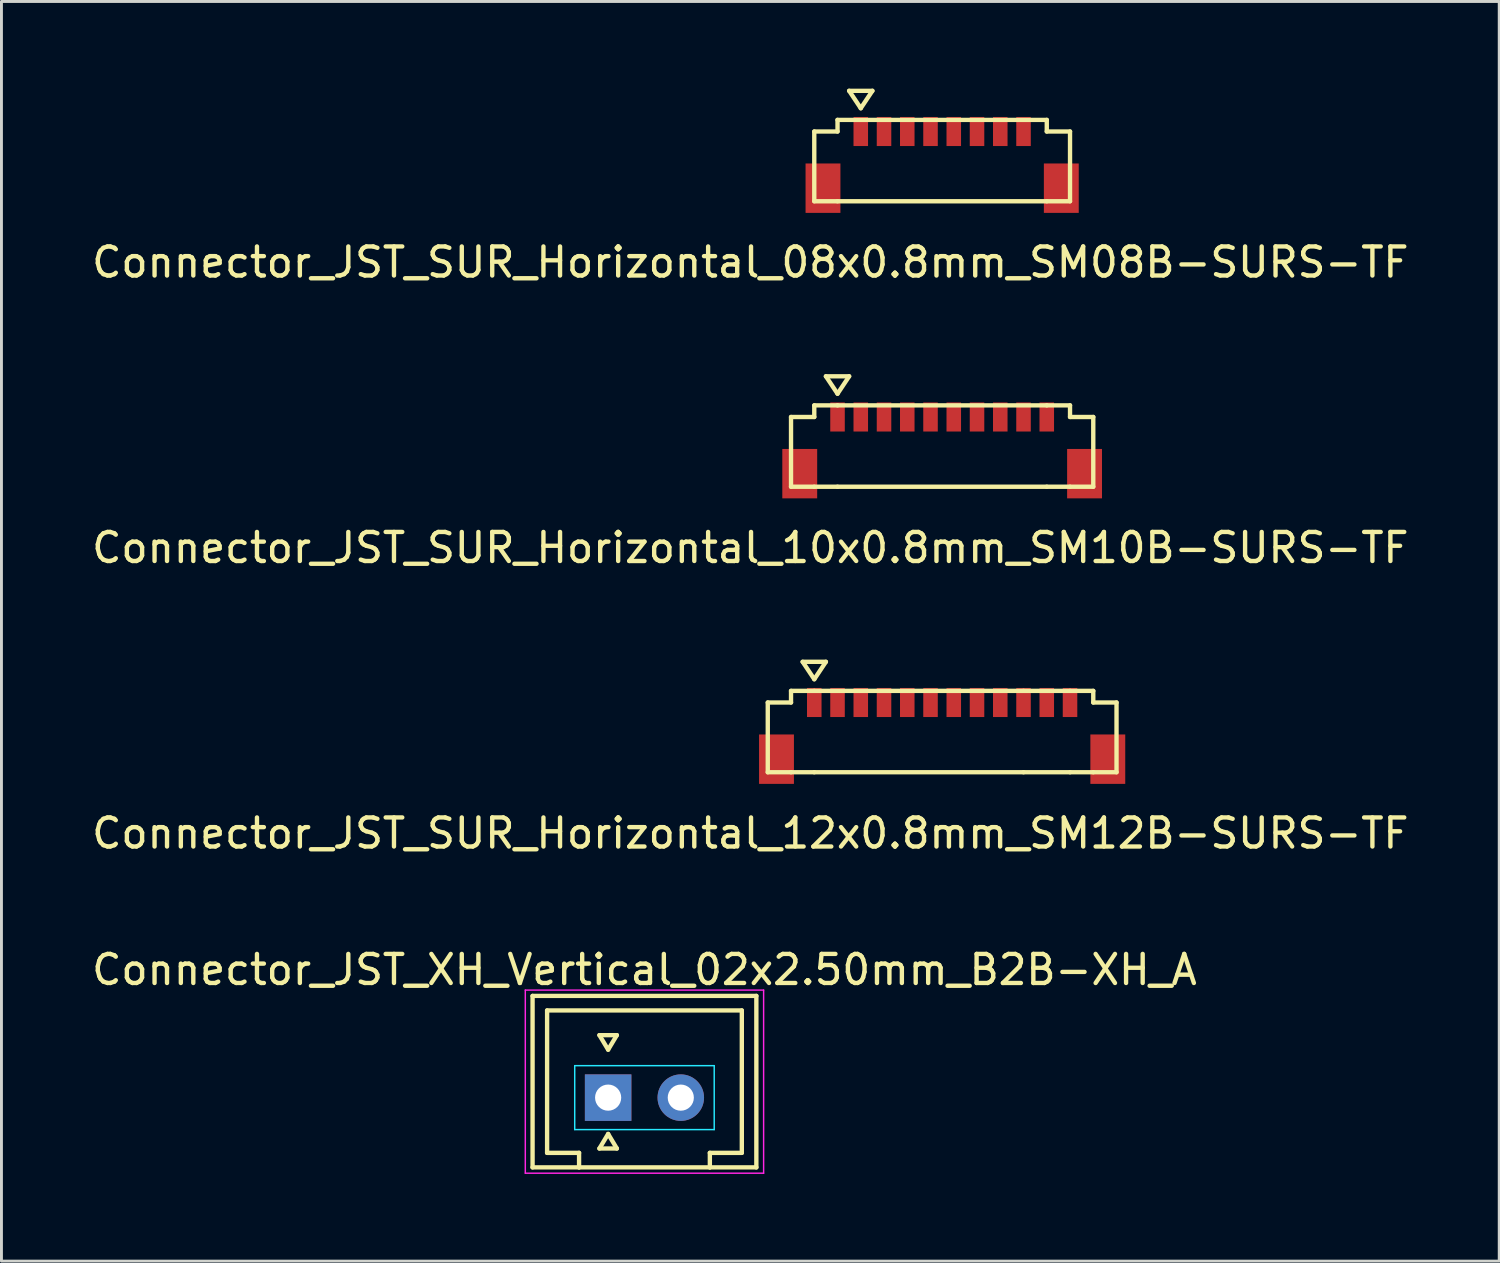
<source format=kicad_pcb>
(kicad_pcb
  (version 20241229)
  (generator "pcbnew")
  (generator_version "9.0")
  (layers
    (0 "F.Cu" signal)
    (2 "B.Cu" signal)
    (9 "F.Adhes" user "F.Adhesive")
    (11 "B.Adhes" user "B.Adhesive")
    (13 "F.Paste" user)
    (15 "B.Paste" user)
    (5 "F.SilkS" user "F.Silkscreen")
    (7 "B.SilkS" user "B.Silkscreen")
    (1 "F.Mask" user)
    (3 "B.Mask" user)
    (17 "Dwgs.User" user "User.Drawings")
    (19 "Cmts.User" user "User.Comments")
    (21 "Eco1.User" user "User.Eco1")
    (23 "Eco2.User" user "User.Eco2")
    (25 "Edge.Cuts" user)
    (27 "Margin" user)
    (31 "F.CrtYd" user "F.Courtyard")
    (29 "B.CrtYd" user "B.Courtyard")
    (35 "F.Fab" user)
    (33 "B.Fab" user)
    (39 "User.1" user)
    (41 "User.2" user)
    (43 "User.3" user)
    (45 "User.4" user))
  (footprint "Connector_JST_SUR_Horizontal_10x0.8mm_SM10B-SURS-TF"
    (layer "F.Cu")
    (at 29.368 11.298)
    (property "Reference" "Connector_JST_SUR_Horizontal_10x0.8mm_SM10B-SURS-TF" (at -6.6 4.5 0) (layer "F.SilkS") (effects (font (size 1 1) (thickness 0.15))))
    (attr smd)
    (fp_line (start -5.2 0) (end -4.4 0) (stroke (width 0.15) (type solid)) (layer "F.SilkS"))
    (fp_line (start -5.2 2.4) (end -5.2 0) (stroke (width 0.15) (type solid)) (layer "F.SilkS"))
    (fp_line (start -4.4 -0.4) (end -3.6 -0.4) (stroke (width 0.15) (type solid)) (layer "F.SilkS"))
    (fp_line (start -4.4 0) (end -4.4 -0.4) (stroke (width 0.15) (type solid)) (layer "F.SilkS"))
    (fp_line (start -4.4 2.4) (end -5.2 2.4) (stroke (width 0.15) (type solid)) (layer "F.SilkS"))
    (fp_line (start -4 -1.4) (end -3.6 -0.8) (stroke (width 0.15) (type solid)) (layer "F.SilkS"))
    (fp_line (start -3.6 -0.8) (end -3.2 -1.4) (stroke (width 0.15) (type solid)) (layer "F.SilkS"))
    (fp_line (start -3.6 2.4) (end -4.4 2.4) (stroke (width 0.15) (type solid)) (layer "F.SilkS"))
    (fp_line (start -3.6 2.4) (end 3.6 2.4) (stroke (width 0.15) (type solid)) (layer "F.SilkS"))
    (fp_line (start -3.2 -1.4) (end -4 -1.4) (stroke (width 0.15) (type solid)) (layer "F.SilkS"))
    (fp_line (start 3.6 -0.4) (end -3.6 -0.4) (stroke (width 0.15) (type solid)) (layer "F.SilkS"))
    (fp_line (start 3.6 -0.4) (end 4.4 -0.4) (stroke (width 0.15) (type solid)) (layer "F.SilkS"))
    (fp_line (start 4.4 -0.4) (end 4.4 0) (stroke (width 0.15) (type solid)) (layer "F.SilkS"))
    (fp_line (start 4.4 0) (end 5.2 0) (stroke (width 0.15) (type solid)) (layer "F.SilkS"))
    (fp_line (start 4.4 2.4) (end 3.6 2.4) (stroke (width 0.15) (type solid)) (layer "F.SilkS"))
    (fp_line (start 5.2 0) (end 5.2 2.4) (stroke (width 0.15) (type solid)) (layer "F.SilkS"))
    (fp_line (start 5.2 2.4) (end 4.4 2.4) (stroke (width 0.15) (type solid)) (layer "F.SilkS"))
    (pad "" smd rect (at -4.9 1.95) (size 1.2 1.7) (layers "F.Cu" "F.Mask" "F.Paste"))
    (pad "" smd rect (at 4.9 1.95) (size 1.2 1.7) (layers "F.Cu" "F.Mask" "F.Paste"))
    (pad "1" smd rect (at -3.6 0) (size 0.5 1) (layers "F.Cu" "F.Mask" "F.Paste"))
    (pad "2" smd rect (at -2.8 0) (size 0.5 1) (layers "F.Cu" "F.Mask" "F.Paste"))
    (pad "3" smd rect (at -2 0) (size 0.5 1) (layers "F.Cu" "F.Mask" "F.Paste"))
    (pad "4" smd rect (at -1.2 0) (size 0.5 1) (layers "F.Cu" "F.Mask" "F.Paste"))
    (pad "5" smd rect (at -0.4 0) (size 0.5 1) (layers "F.Cu" "F.Mask" "F.Paste"))
    (pad "6" smd rect (at 0.4 0) (size 0.5 1) (layers "F.Cu" "F.Mask" "F.Paste"))
    (pad "7" smd rect (at 1.2 0) (size 0.5 1) (layers "F.Cu" "F.Mask" "F.Paste"))
    (pad "8" smd rect (at 2 0) (size 0.5 1) (layers "F.Cu" "F.Mask" "F.Paste"))
    (pad "9" smd rect (at 2.8 0) (size 0.5 1) (layers "F.Cu" "F.Mask" "F.Paste"))
    (pad "10" smd rect (at 3.6 0) (size 0.5 1) (layers "F.Cu" "F.Mask" "F.Paste")))
  (footprint "Connector_JST_SUR_Horizontal_12x0.8mm_SM12B-SURS-TF"
    (layer "F.Cu")
    (at 29.368 21.122)
    (property "Reference" "Connector_JST_SUR_Horizontal_12x0.8mm_SM12B-SURS-TF" (at -6.6 4.5 0) (layer "F.SilkS") (effects (font (size 1 1) (thickness 0.15))))
    (attr smd)
    (fp_line (start -6 0) (end -5.2 0) (stroke (width 0.15) (type solid)) (layer "F.SilkS"))
    (fp_line (start -6 2.4) (end -6 0) (stroke (width 0.15) (type solid)) (layer "F.SilkS"))
    (fp_line (start -5.2 -0.4) (end -4.4 -0.4) (stroke (width 0.15) (type solid)) (layer "F.SilkS"))
    (fp_line (start -5.2 0) (end -5.2 -0.4) (stroke (width 0.15) (type solid)) (layer "F.SilkS"))
    (fp_line (start -5.2 2.4) (end -6 2.4) (stroke (width 0.15) (type solid)) (layer "F.SilkS"))
    (fp_line (start -4.8 -1.4) (end -4.4 -0.8) (stroke (width 0.15) (type solid)) (layer "F.SilkS"))
    (fp_line (start -4.4 -0.8) (end -4 -1.4) (stroke (width 0.15) (type solid)) (layer "F.SilkS"))
    (fp_line (start -4.4 2.4) (end -5.2 2.4) (stroke (width 0.15) (type solid)) (layer "F.SilkS"))
    (fp_line (start -4.4 2.4) (end 2.8 2.4) (stroke (width 0.15) (type solid)) (layer "F.SilkS"))
    (fp_line (start -4 -1.4) (end -4.8 -1.4) (stroke (width 0.15) (type solid)) (layer "F.SilkS"))
    (fp_line (start 2.8 -0.4) (end -4.4 -0.4) (stroke (width 0.15) (type solid)) (layer "F.SilkS"))
    (fp_line (start 2.8 2.4) (end 4.4 2.4) (stroke (width 0.15) (type solid)) (layer "F.SilkS"))
    (fp_line (start 4.4 -0.4) (end 2.8 -0.4) (stroke (width 0.15) (type solid)) (layer "F.SilkS"))
    (fp_line (start 4.4 -0.4) (end 5.2 -0.4) (stroke (width 0.15) (type solid)) (layer "F.SilkS"))
    (fp_line (start 5.2 -0.4) (end 5.2 0) (stroke (width 0.15) (type solid)) (layer "F.SilkS"))
    (fp_line (start 5.2 0) (end 6 0) (stroke (width 0.15) (type solid)) (layer "F.SilkS"))
    (fp_line (start 5.2 2.4) (end 4.4 2.4) (stroke (width 0.15) (type solid)) (layer "F.SilkS"))
    (fp_line (start 6 0) (end 6 2.4) (stroke (width 0.15) (type solid)) (layer "F.SilkS"))
    (fp_line (start 6 2.4) (end 5.2 2.4) (stroke (width 0.15) (type solid)) (layer "F.SilkS"))
    (pad "" smd rect (at -5.7 1.95) (size 1.2 1.7) (layers "F.Cu" "F.Mask" "F.Paste"))
    (pad "" smd rect (at 5.7 1.95) (size 1.2 1.7) (layers "F.Cu" "F.Mask" "F.Paste"))
    (pad "1" smd rect (at -4.4 0) (size 0.5 1) (layers "F.Cu" "F.Mask" "F.Paste"))
    (pad "2" smd rect (at -3.6 0) (size 0.5 1) (layers "F.Cu" "F.Mask" "F.Paste"))
    (pad "3" smd rect (at -2.8 0) (size 0.5 1) (layers "F.Cu" "F.Mask" "F.Paste"))
    (pad "4" smd rect (at -2 0) (size 0.5 1) (layers "F.Cu" "F.Mask" "F.Paste"))
    (pad "5" smd rect (at -1.2 0) (size 0.5 1) (layers "F.Cu" "F.Mask" "F.Paste"))
    (pad "6" smd rect (at -0.4 0) (size 0.5 1) (layers "F.Cu" "F.Mask" "F.Paste"))
    (pad "7" smd rect (at 0.4 0) (size 0.5 1) (layers "F.Cu" "F.Mask" "F.Paste"))
    (pad "8" smd rect (at 1.2 0) (size 0.5 1) (layers "F.Cu" "F.Mask" "F.Paste"))
    (pad "9" smd rect (at 2 0) (size 0.5 1) (layers "F.Cu" "F.Mask" "F.Paste"))
    (pad "10" smd rect (at 2.8 0) (size 0.5 1) (layers "F.Cu" "F.Mask" "F.Paste"))
    (pad "11" smd rect (at 3.6 0) (size 0.5 1) (layers "F.Cu" "F.Mask" "F.Paste"))
    (pad "12" smd rect (at 4.4 0) (size 0.5 1) (layers "F.Cu" "F.Mask" "F.Paste")))
  (footprint "Connector_JST_XH_Vertical_02x2.50mm_B2B-XH_A"
    (layer "F.Cu")
    (at 17.875 34.718)
    (property "Reference" "Connector_JST_XH_Vertical_02x2.50mm_B2B-XH_A" (at 1.25 -4.4 0) (layer "F.SilkS") (effects (font (size 1 1) (thickness 0.15))))
    (attr through_hole)
    (fp_line (start -2.6 -3.5) (end -2.6 2.4) (stroke (width 0.15) (type solid)) (layer "F.SilkS"))
    (fp_line (start -2.6 -3.5) (end 5.1 -3.5) (stroke (width 0.15) (type solid)) (layer "F.SilkS"))
    (fp_line (start -2.1 1.9) (end -2.1 -3) (stroke (width 0.15) (type solid)) (layer "F.SilkS"))
    (fp_line (start -1 1.9) (end -2.1 1.9) (stroke (width 0.15) (type solid)) (layer "F.SilkS"))
    (fp_line (start -1 2.4) (end -2.6 2.4) (stroke (width 0.15) (type solid)) (layer "F.SilkS"))
    (fp_line (start -1 2.4) (end -1 1.9) (stroke (width 0.15) (type solid)) (layer "F.SilkS"))
    (fp_line (start -1 2.4) (end 3.5 2.4) (stroke (width 0.15) (type solid)) (layer "F.SilkS"))
    (fp_line (start -0.3 -2.15) (end 0.3 -2.15) (stroke (width 0.15) (type solid)) (layer "F.SilkS"))
    (fp_line (start -0.3 1.75) (end 0 1.25) (stroke (width 0.15) (type solid)) (layer "F.SilkS"))
    (fp_line (start 0 -1.65) (end -0.3 -2.15) (stroke (width 0.15) (type solid)) (layer "F.SilkS"))
    (fp_line (start 0 1.25) (end 0.3 1.75) (stroke (width 0.15) (type solid)) (layer "F.SilkS"))
    (fp_line (start 0.3 -2.15) (end 0 -1.65) (stroke (width 0.15) (type solid)) (layer "F.SilkS"))
    (fp_line (start 0.3 1.75) (end -0.3 1.75) (stroke (width 0.15) (type solid)) (layer "F.SilkS"))
    (fp_line (start 3.5 1.9) (end 3.5 2.4) (stroke (width 0.15) (type solid)) (layer "F.SilkS"))
    (fp_line (start 3.5 2.4) (end 5.1 2.4) (stroke (width 0.15) (type solid)) (layer "F.SilkS"))
    (fp_line (start 4.6 -3) (end -2.1 -3) (stroke (width 0.15) (type solid)) (layer "F.SilkS"))
    (fp_line (start 4.6 -3) (end 4.6 1.9) (stroke (width 0.15) (type solid)) (layer "F.SilkS"))
    (fp_line (start 4.6 1.9) (end 3.5 1.9) (stroke (width 0.15) (type solid)) (layer "F.SilkS"))
    (fp_line (start 5.1 -3.5) (end 5.1 2.4) (stroke (width 0.15) (type solid)) (layer "F.SilkS"))
    (fp_line (start -1.15 -1.1) (end 3.65 -1.1) (stroke (width 0.05) (type solid)) (layer "B.CrtYd"))
    (fp_line (start -1.15 1.1) (end -1.15 -1.1) (stroke (width 0.05) (type solid)) (layer "B.CrtYd"))
    (fp_line (start 3.65 -1.1) (end 3.65 1.1) (stroke (width 0.05) (type solid)) (layer "B.CrtYd"))
    (fp_line (start 3.65 1.1) (end -1.15 1.1) (stroke (width 0.05) (type solid)) (layer "B.CrtYd"))
    (fp_line (start -2.85 -3.7) (end 5.35 -3.7) (stroke (width 0.05) (type solid)) (layer "F.CrtYd"))
    (fp_line (start -2.85 2.6) (end -2.85 -3.7) (stroke (width 0.05) (type solid)) (layer "F.CrtYd"))
    (fp_line (start 5.35 -3.7) (end 5.35 2.6) (stroke (width 0.05) (type solid)) (layer "F.CrtYd"))
    (fp_line (start 5.35 2.6) (end -2.85 2.6) (stroke (width 0.05) (type solid)) (layer "F.CrtYd"))
    (pad "1" thru_hole rect (at 0 0) (size 1.6 1.6) (drill 0.9) (layers "*.Cu" "*.Mask"))
    (pad "2" thru_hole circle (at 2.5 0) (size 1.6 1.6) (drill 0.9) (layers "*.Cu" "*.Mask")))
  (footprint "Connector_JST_SUR_Horizontal_08x0.8mm_SM08B-SURS-TF"
    (layer "F.Cu")
    (at 29.368 1.475)
    (property "Reference" "Connector_JST_SUR_Horizontal_08x0.8mm_SM08B-SURS-TF" (at -6.6 4.5 0) (layer "F.SilkS") (effects (font (size 1 1) (thickness 0.15))))
    (attr smd)
    (fp_line (start -4.4 0) (end -3.6 0) (stroke (width 0.15) (type solid)) (layer "F.SilkS"))
    (fp_line (start -4.4 2.4) (end -4.4 0) (stroke (width 0.15) (type solid)) (layer "F.SilkS"))
    (fp_line (start -3.6 0) (end -3.6 -0.4) (stroke (width 0.15) (type solid)) (layer "F.SilkS"))
    (fp_line (start -3.6 2.4) (end -4.4 2.4) (stroke (width 0.15) (type solid)) (layer "F.SilkS"))
    (fp_line (start -3.6 2.4) (end 3.6 2.4) (stroke (width 0.15) (type solid)) (layer "F.SilkS"))
    (fp_line (start -3.2 -1.4) (end -2.8 -0.8) (stroke (width 0.15) (type solid)) (layer "F.SilkS"))
    (fp_line (start -2.8 -0.8) (end -2.4 -1.4) (stroke (width 0.15) (type solid)) (layer "F.SilkS"))
    (fp_line (start -2.4 -1.4) (end -3.2 -1.4) (stroke (width 0.15) (type solid)) (layer "F.SilkS"))
    (fp_line (start 3.6 -0.4) (end -3.6 -0.4) (stroke (width 0.15) (type solid)) (layer "F.SilkS"))
    (fp_line (start 3.6 -0.4) (end 3.6 0) (stroke (width 0.15) (type solid)) (layer "F.SilkS"))
    (fp_line (start 3.6 0) (end 4.4 0) (stroke (width 0.15) (type solid)) (layer "F.SilkS"))
    (fp_line (start 4.4 0) (end 4.4 2.4) (stroke (width 0.15) (type solid)) (layer "F.SilkS"))
    (fp_line (start 4.4 2.4) (end 3.6 2.4) (stroke (width 0.15) (type solid)) (layer "F.SilkS"))
    (pad "" smd rect (at -4.1 1.95) (size 1.2 1.7) (layers "F.Cu" "F.Mask" "F.Paste"))
    (pad "" smd rect (at 4.1 1.95) (size 1.2 1.7) (layers "F.Cu" "F.Mask" "F.Paste"))
    (pad "1" smd rect (at -2.8 0) (size 0.5 1) (layers "F.Cu" "F.Mask" "F.Paste"))
    (pad "2" smd rect (at -2 0) (size 0.5 1) (layers "F.Cu" "F.Mask" "F.Paste"))
    (pad "3" smd rect (at -1.2 0) (size 0.5 1) (layers "F.Cu" "F.Mask" "F.Paste"))
    (pad "4" smd rect (at -0.4 0) (size 0.5 1) (layers "F.Cu" "F.Mask" "F.Paste"))
    (pad "5" smd rect (at 0.4 0) (size 0.5 1) (layers "F.Cu" "F.Mask" "F.Paste"))
    (pad "6" smd rect (at 1.2 0) (size 0.5 1) (layers "F.Cu" "F.Mask" "F.Paste"))
    (pad "7" smd rect (at 2 0) (size 0.5 1) (layers "F.Cu" "F.Mask" "F.Paste"))
    (pad "8" smd rect (at 2.8 0) (size 0.5 1) (layers "F.Cu" "F.Mask" "F.Paste")))
  (gr_rect
    (start -3 -3)
    (end 48.536 40.343)
    (stroke (width 0.1) (type default))
    (fill no)
    (layer "Edge.Cuts")))
</source>
